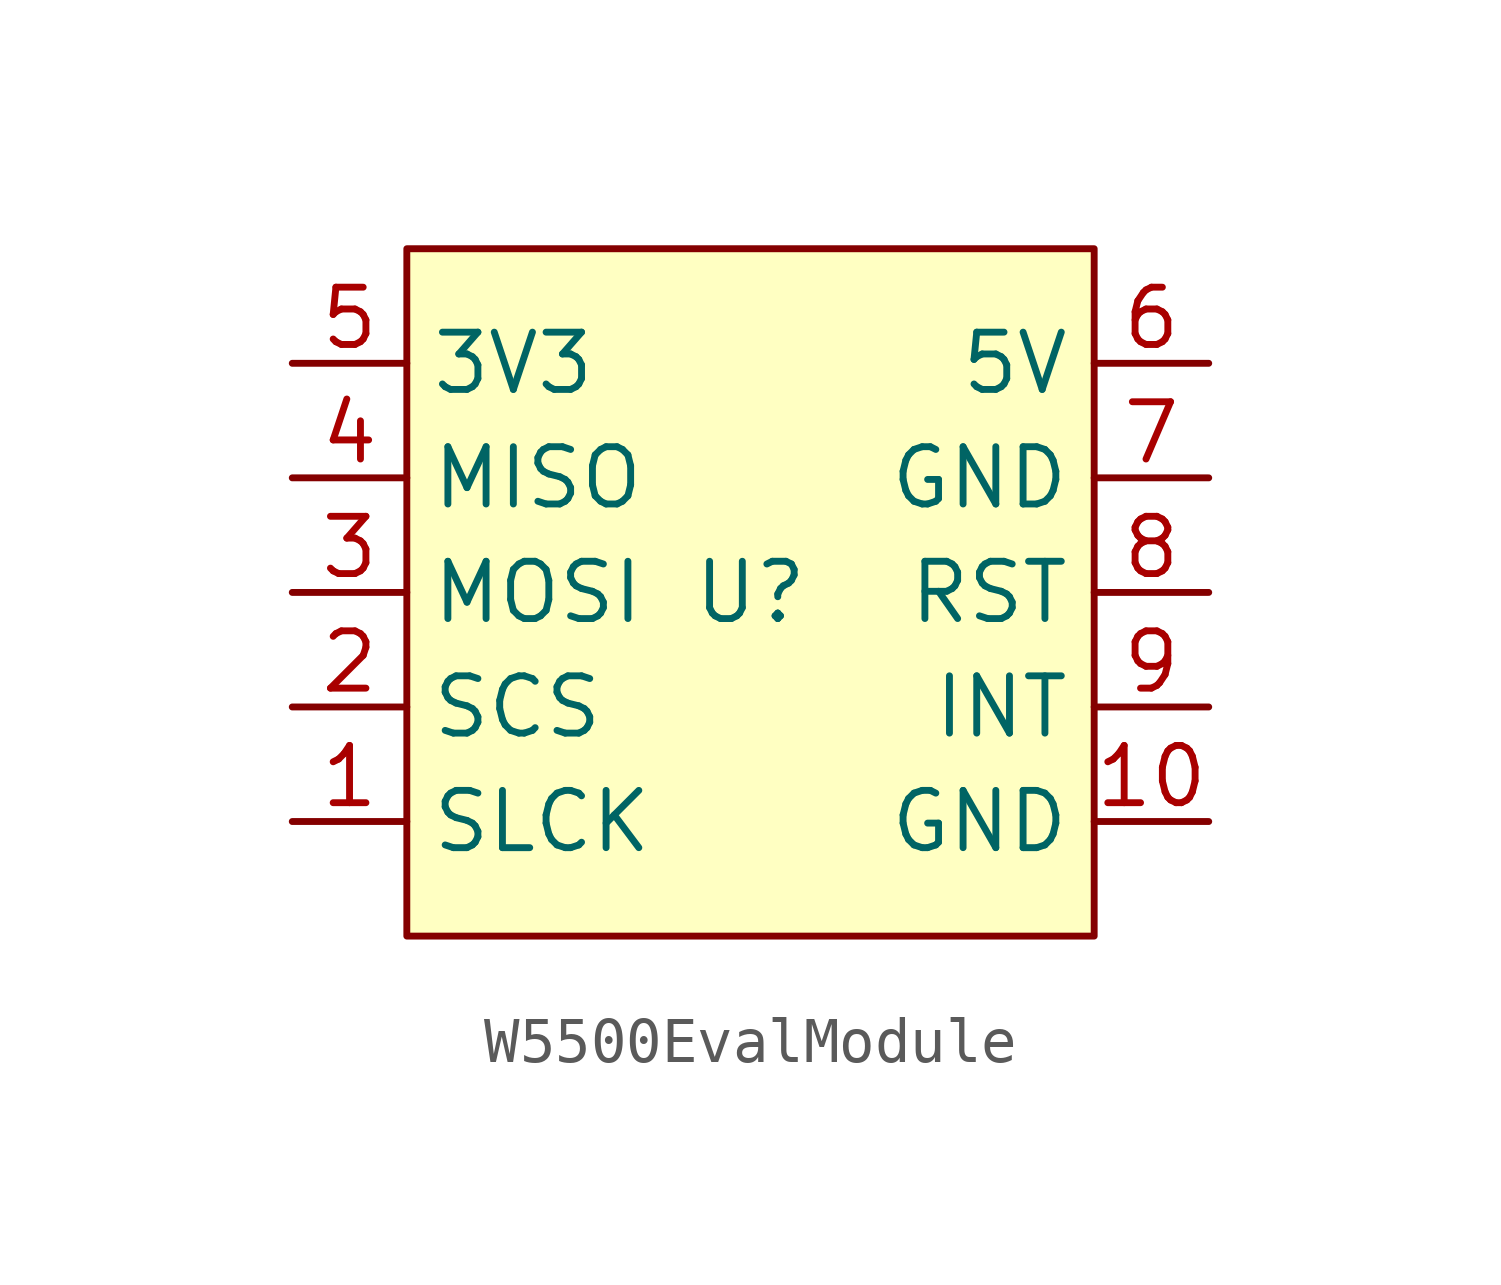
<source format=kicad_sym>
(kicad_symbol_lib
  (version 20241209)
  (generator "kicad_symbol_editor")
  (generator_version "9.0")
  (symbol "W5500EvalModule"
    (property "Reference" "U"
      (at 0 0 0)
      (effects (font (size 1.27 1.27))))
    (property "Value" ""
      (at 0 0 0)
      (effects (font (size 1.27 1.27))))
    (symbol "W5500EvalModule_1_1"
      (rectangle (start -7.62 7.62) (end 7.62 -7.62) (stroke (width 0) (type solid)) (fill (type background)))
      (pin power_in line (at -10.16 5.08 0) (length 2.54) (name "3V3" (effects (font (size 1.27 1.27)))) (number "5" (effects (font (size 1.27 1.27)))))
      (pin output line (at -10.16 2.54 0) (length 2.54) (name "MISO" (effects (font (size 1.27 1.27)))) (number "4" (effects (font (size 1.27 1.27)))))
      (pin input line (at -10.16 0 0) (length 2.54) (name "MOSI" (effects (font (size 1.27 1.27)))) (number "3" (effects (font (size 1.27 1.27)))))
      (pin input line (at -10.16 -2.54 0) (length 2.54) (name "SCS" (effects (font (size 1.27 1.27)))) (number "2" (effects (font (size 1.27 1.27)))))
      (pin input line (at -10.16 -5.08 0) (length 2.54) (name "SLCK" (effects (font (size 1.27 1.27)))) (number "1" (effects (font (size 1.27 1.27)))))
      (pin power_in line (at 10.16 5.08 180) (length 2.54) (name "5V" (effects (font (size 1.27 1.27)))) (number "6" (effects (font (size 1.27 1.27)))))
      (pin power_in line (at 10.16 2.54 180) (length 2.54) (name "GND" (effects (font (size 1.27 1.27)))) (number "7" (effects (font (size 1.27 1.27)))))
      (pin input line (at 10.16 0 180) (length 2.54) (name "RST" (effects (font (size 1.27 1.27)))) (number "8" (effects (font (size 1.27 1.27)))))
      (pin output line (at 10.16 -2.54 180) (length 2.54) (name "INT" (effects (font (size 1.27 1.27)))) (number "9" (effects (font (size 1.27 1.27)))))
      (pin power_in line (at 10.16 -5.08 180) (length 2.54) (name "GND" (effects (font (size 1.27 1.27)))) (number "10" (effects (font (size 1.27 1.27))))))))
</source>
